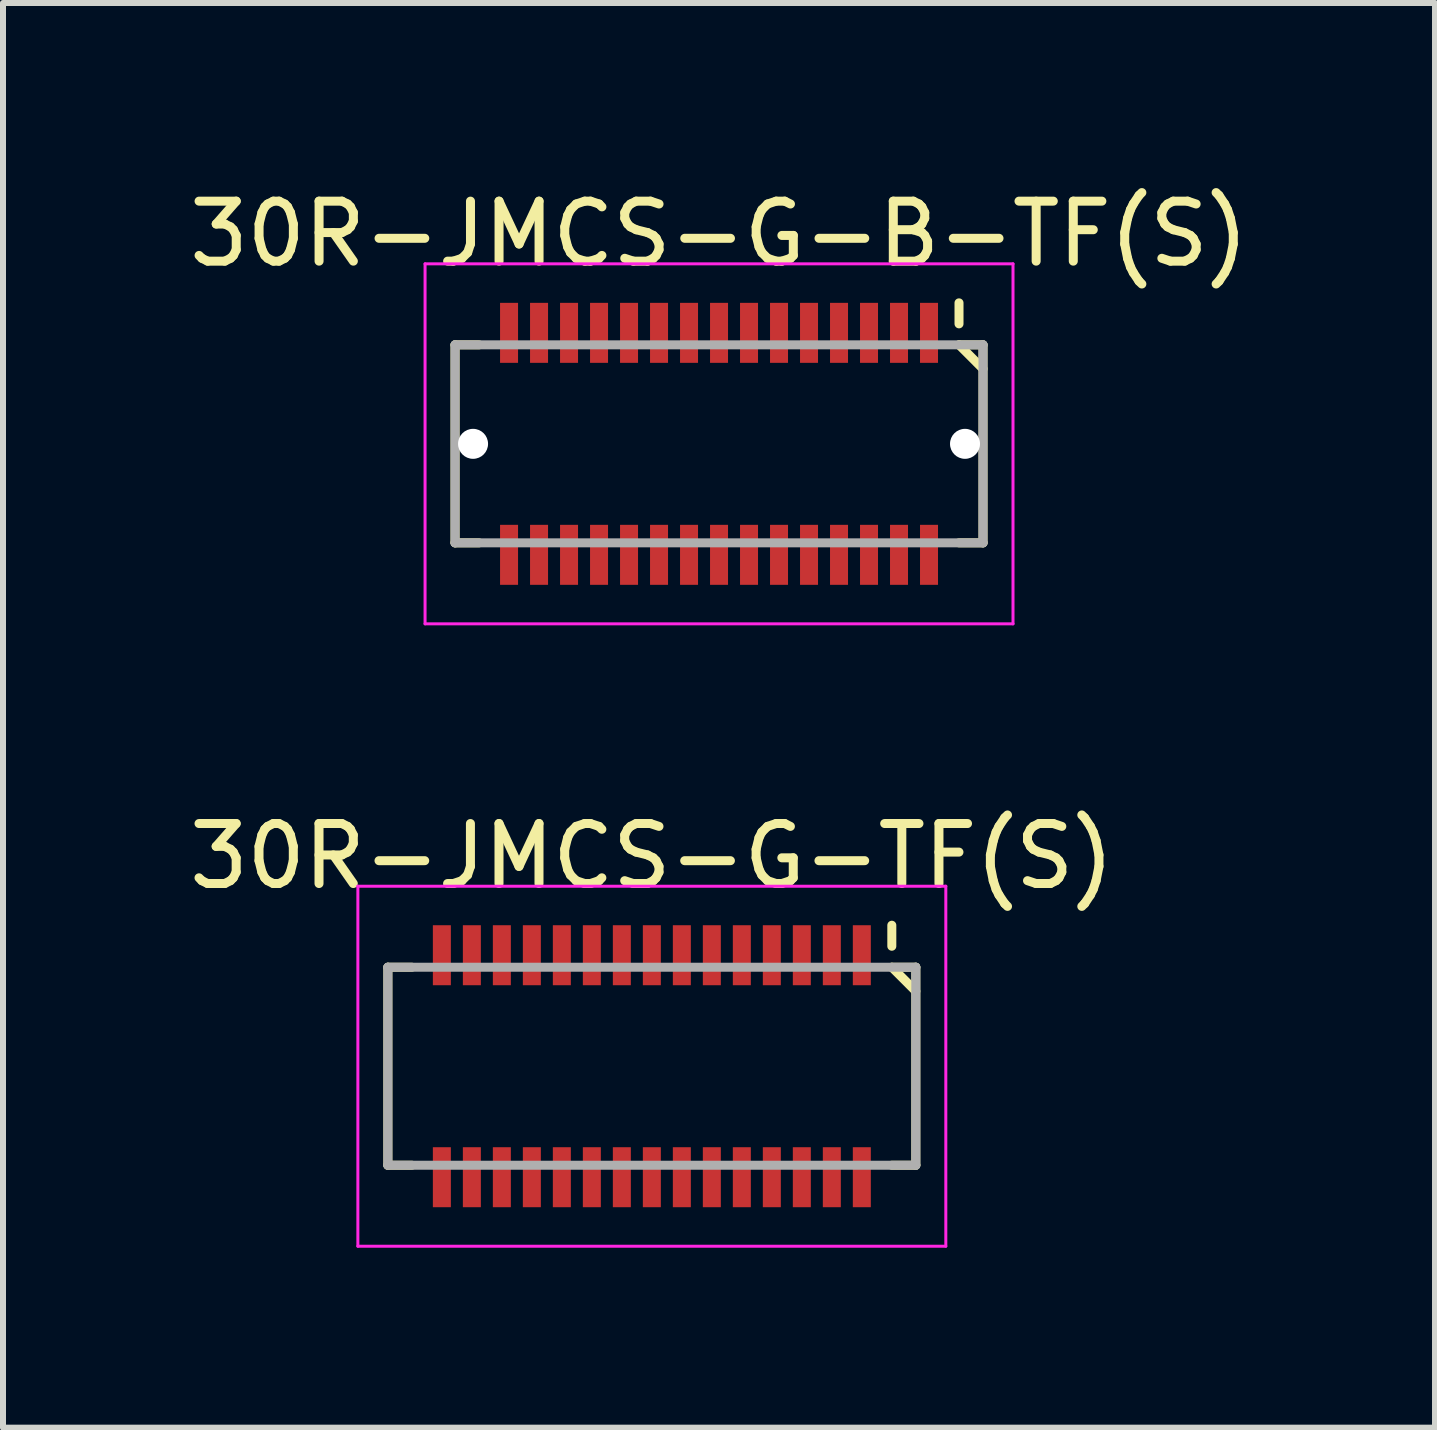
<source format=kicad_pcb>
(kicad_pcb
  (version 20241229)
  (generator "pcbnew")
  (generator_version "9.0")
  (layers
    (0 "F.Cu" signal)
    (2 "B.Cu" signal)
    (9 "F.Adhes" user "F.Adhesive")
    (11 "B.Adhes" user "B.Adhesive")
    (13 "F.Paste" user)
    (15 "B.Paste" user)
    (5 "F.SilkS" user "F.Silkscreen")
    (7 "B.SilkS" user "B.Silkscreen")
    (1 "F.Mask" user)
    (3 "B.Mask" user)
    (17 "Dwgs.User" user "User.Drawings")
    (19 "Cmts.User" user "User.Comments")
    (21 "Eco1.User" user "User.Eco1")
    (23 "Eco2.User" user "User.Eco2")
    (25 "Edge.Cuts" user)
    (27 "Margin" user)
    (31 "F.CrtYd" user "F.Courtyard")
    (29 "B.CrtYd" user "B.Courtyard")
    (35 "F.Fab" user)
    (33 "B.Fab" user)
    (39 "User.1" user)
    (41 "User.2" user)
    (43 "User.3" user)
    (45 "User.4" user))
  (footprint "30R-JMCS-G-TF(S)"
    (layer "F.Cu")
    (at 7.815 14.722)
    (property "Reference" "30R-JMCS-G-TF(S)" (at 0 -3.5 0) (layer "F.SilkS") (effects (font (size 1 1) (thickness 0.15))))
    (attr smd)
    (fp_line (start -4.4 -1.65) (end -4.4 1.65) (stroke (width 0.15) (type solid)) (layer "F.SilkS"))
    (fp_line (start -4.4 -1.65) (end -4 -1.65) (stroke (width 0.15) (type solid)) (layer "F.SilkS"))
    (fp_line (start -4.4 1.65) (end -4 1.65) (stroke (width 0.15) (type solid)) (layer "F.SilkS"))
    (fp_line (start 4 -2.35) (end 4 -2) (stroke (width 0.15) (type solid)) (layer "F.SilkS"))
    (fp_line (start 4 -1.65) (end 4.4 -1.65) (stroke (width 0.15) (type solid)) (layer "F.SilkS"))
    (fp_line (start 4 -1.65) (end 4.4 -1.25) (stroke (width 0.15) (type solid)) (layer "F.SilkS"))
    (fp_line (start 4 1.65) (end 4.4 1.65) (stroke (width 0.15) (type solid)) (layer "F.SilkS"))
    (fp_line (start 4.4 -1.65) (end 4.4 1.65) (stroke (width 0.15) (type solid)) (layer "F.SilkS"))
    (fp_line (start -4.9 -3) (end -4.9 3) (stroke (width 0.05) (type solid)) (layer "F.CrtYd"))
    (fp_line (start -4.9 -3) (end 4.9 -3) (stroke (width 0.05) (type solid)) (layer "F.CrtYd"))
    (fp_line (start -4.9 3) (end 4.9 3) (stroke (width 0.05) (type solid)) (layer "F.CrtYd"))
    (fp_line (start 4.9 -3) (end 4.9 3) (stroke (width 0.05) (type solid)) (layer "F.CrtYd"))
    (fp_line (start -4.4 -1.65) (end -4.4 1.65) (stroke (width 0.15) (type solid)) (layer "F.Fab"))
    (fp_line (start -4.4 -1.65) (end 4.4 -1.65) (stroke (width 0.15) (type solid)) (layer "F.Fab"))
    (fp_line (start -4.4 1.65) (end 4.4 1.65) (stroke (width 0.15) (type solid)) (layer "F.Fab"))
    (fp_line (start 4.4 -1.65) (end 4.4 1.65) (stroke (width 0.15) (type solid)) (layer "F.Fab"))
    (pad "1" smd rect (at 3.5 -1.85) (size 0.3 1) (layers "F.Cu" "F.Mask" "F.Paste"))
    (pad "2" smd rect (at 3.5 1.85) (size 0.3 1) (layers "F.Cu" "F.Mask" "F.Paste"))
    (pad "3" smd rect (at 3 -1.85) (size 0.3 1) (layers "F.Cu" "F.Mask" "F.Paste"))
    (pad "4" smd rect (at 3 1.85) (size 0.3 1) (layers "F.Cu" "F.Mask" "F.Paste"))
    (pad "5" smd rect (at 2.5 -1.85) (size 0.3 1) (layers "F.Cu" "F.Mask" "F.Paste"))
    (pad "6" smd rect (at 2.5 1.85) (size 0.3 1) (layers "F.Cu" "F.Mask" "F.Paste"))
    (pad "7" smd rect (at 2 -1.85) (size 0.3 1) (layers "F.Cu" "F.Mask" "F.Paste"))
    (pad "8" smd rect (at 2 1.85) (size 0.3 1) (layers "F.Cu" "F.Mask" "F.Paste"))
    (pad "9" smd rect (at 1.5 -1.85) (size 0.3 1) (layers "F.Cu" "F.Mask" "F.Paste"))
    (pad "10" smd rect (at 1.5 1.85) (size 0.3 1) (layers "F.Cu" "F.Mask" "F.Paste"))
    (pad "11" smd rect (at 1 -1.85) (size 0.3 1) (layers "F.Cu" "F.Mask" "F.Paste"))
    (pad "12" smd rect (at 1 1.85) (size 0.3 1) (layers "F.Cu" "F.Mask" "F.Paste"))
    (pad "13" smd rect (at 0.5 -1.85) (size 0.3 1) (layers "F.Cu" "F.Mask" "F.Paste"))
    (pad "14" smd rect (at 0.5 1.85) (size 0.3 1) (layers "F.Cu" "F.Mask" "F.Paste"))
    (pad "15" smd rect (at 0 -1.85) (size 0.3 1) (layers "F.Cu" "F.Mask" "F.Paste"))
    (pad "16" smd rect (at 0 1.85) (size 0.3 1) (layers "F.Cu" "F.Mask" "F.Paste"))
    (pad "17" smd rect (at -0.5 -1.85) (size 0.3 1) (layers "F.Cu" "F.Mask" "F.Paste"))
    (pad "18" smd rect (at -0.5 1.85) (size 0.3 1) (layers "F.Cu" "F.Mask" "F.Paste"))
    (pad "19" smd rect (at -1 -1.85) (size 0.3 1) (layers "F.Cu" "F.Mask" "F.Paste"))
    (pad "20" smd rect (at -1 1.85) (size 0.3 1) (layers "F.Cu" "F.Mask" "F.Paste"))
    (pad "21" smd rect (at -1.5 -1.85) (size 0.3 1) (layers "F.Cu" "F.Mask" "F.Paste"))
    (pad "22" smd rect (at -1.5 1.85) (size 0.3 1) (layers "F.Cu" "F.Mask" "F.Paste"))
    (pad "23" smd rect (at -2 -1.85) (size 0.3 1) (layers "F.Cu" "F.Mask" "F.Paste"))
    (pad "24" smd rect (at -2 1.85) (size 0.3 1) (layers "F.Cu" "F.Mask" "F.Paste"))
    (pad "25" smd rect (at -2.5 -1.85) (size 0.3 1) (layers "F.Cu" "F.Mask" "F.Paste"))
    (pad "26" smd rect (at -2.5 1.85) (size 0.3 1) (layers "F.Cu" "F.Mask" "F.Paste"))
    (pad "27" smd rect (at -3 -1.85) (size 0.3 1) (layers "F.Cu" "F.Mask" "F.Paste"))
    (pad "28" smd rect (at -3 1.85) (size 0.3 1) (layers "F.Cu" "F.Mask" "F.Paste"))
    (pad "29" smd rect (at -3.5 -1.85) (size 0.3 1) (layers "F.Cu" "F.Mask" "F.Paste"))
    (pad "30" smd rect (at -3.5 1.85) (size 0.3 1) (layers "F.Cu" "F.Mask" "F.Paste")))
  (footprint "30R-JMCS-G-B-TF(S)"
    (layer "F.Cu")
    (at 8.935 4.348)
    (property "Reference" "30R-JMCS-G-B-TF(S)" (at 0 -3.5 0) (layer "F.SilkS") (effects (font (size 1 1) (thickness 0.15))))
    (attr smd)
    (fp_line (start -4.4 -1.65) (end -4.4 1.65) (stroke (width 0.15) (type solid)) (layer "F.SilkS"))
    (fp_line (start -4.4 -1.65) (end -4 -1.65) (stroke (width 0.15) (type solid)) (layer "F.SilkS"))
    (fp_line (start -4.4 1.65) (end -4 1.65) (stroke (width 0.15) (type solid)) (layer "F.SilkS"))
    (fp_line (start 4 -2.35) (end 4 -2) (stroke (width 0.15) (type solid)) (layer "F.SilkS"))
    (fp_line (start 4 -1.65) (end 4.4 -1.65) (stroke (width 0.15) (type solid)) (layer "F.SilkS"))
    (fp_line (start 4 -1.65) (end 4.4 -1.25) (stroke (width 0.15) (type solid)) (layer "F.SilkS"))
    (fp_line (start 4 1.65) (end 4.4 1.65) (stroke (width 0.15) (type solid)) (layer "F.SilkS"))
    (fp_line (start 4.4 -1.65) (end 4.4 1.65) (stroke (width 0.15) (type solid)) (layer "F.SilkS"))
    (fp_line (start -4.9 -3) (end -4.9 3) (stroke (width 0.05) (type solid)) (layer "F.CrtYd"))
    (fp_line (start -4.9 -3) (end 4.9 -3) (stroke (width 0.05) (type solid)) (layer "F.CrtYd"))
    (fp_line (start -4.9 3) (end 4.9 3) (stroke (width 0.05) (type solid)) (layer "F.CrtYd"))
    (fp_line (start 4.9 -3) (end 4.9 3) (stroke (width 0.05) (type solid)) (layer "F.CrtYd"))
    (fp_line (start -4.4 -1.65) (end -4.4 1.65) (stroke (width 0.15) (type solid)) (layer "F.Fab"))
    (fp_line (start -4.4 -1.65) (end 4.4 -1.65) (stroke (width 0.15) (type solid)) (layer "F.Fab"))
    (fp_line (start -4.4 1.65) (end 4.4 1.65) (stroke (width 0.15) (type solid)) (layer "F.Fab"))
    (fp_line (start 4.4 -1.65) (end 4.4 1.65) (stroke (width 0.15) (type solid)) (layer "F.Fab"))
    (pad "" np_thru_hole circle (at -4.1 0) (size 0.5 0.5) (drill 0.5) (layers "*.Cu" "*.Mask"))
    (pad "" np_thru_hole circle (at 4.1 0) (size 0.5 0.5) (drill 0.5) (layers "*.Cu" "*.Mask"))
    (pad "1" smd rect (at 3.5 -1.85) (size 0.3 1) (layers "F.Cu" "F.Mask" "F.Paste"))
    (pad "2" smd rect (at 3.5 1.85) (size 0.3 1) (layers "F.Cu" "F.Mask" "F.Paste"))
    (pad "3" smd rect (at 3 -1.85) (size 0.3 1) (layers "F.Cu" "F.Mask" "F.Paste"))
    (pad "4" smd rect (at 3 1.85) (size 0.3 1) (layers "F.Cu" "F.Mask" "F.Paste"))
    (pad "5" smd rect (at 2.5 -1.85) (size 0.3 1) (layers "F.Cu" "F.Mask" "F.Paste"))
    (pad "6" smd rect (at 2.5 1.85) (size 0.3 1) (layers "F.Cu" "F.Mask" "F.Paste"))
    (pad "7" smd rect (at 2 -1.85) (size 0.3 1) (layers "F.Cu" "F.Mask" "F.Paste"))
    (pad "8" smd rect (at 2 1.85) (size 0.3 1) (layers "F.Cu" "F.Mask" "F.Paste"))
    (pad "9" smd rect (at 1.5 -1.85) (size 0.3 1) (layers "F.Cu" "F.Mask" "F.Paste"))
    (pad "10" smd rect (at 1.5 1.85) (size 0.3 1) (layers "F.Cu" "F.Mask" "F.Paste"))
    (pad "11" smd rect (at 1 -1.85) (size 0.3 1) (layers "F.Cu" "F.Mask" "F.Paste"))
    (pad "12" smd rect (at 1 1.85) (size 0.3 1) (layers "F.Cu" "F.Mask" "F.Paste"))
    (pad "13" smd rect (at 0.5 -1.85) (size 0.3 1) (layers "F.Cu" "F.Mask" "F.Paste"))
    (pad "14" smd rect (at 0.5 1.85) (size 0.3 1) (layers "F.Cu" "F.Mask" "F.Paste"))
    (pad "15" smd rect (at 0 -1.85) (size 0.3 1) (layers "F.Cu" "F.Mask" "F.Paste"))
    (pad "16" smd rect (at 0 1.85) (size 0.3 1) (layers "F.Cu" "F.Mask" "F.Paste"))
    (pad "17" smd rect (at -0.5 -1.85) (size 0.3 1) (layers "F.Cu" "F.Mask" "F.Paste"))
    (pad "18" smd rect (at -0.5 1.85) (size 0.3 1) (layers "F.Cu" "F.Mask" "F.Paste"))
    (pad "19" smd rect (at -1 -1.85) (size 0.3 1) (layers "F.Cu" "F.Mask" "F.Paste"))
    (pad "20" smd rect (at -1 1.85) (size 0.3 1) (layers "F.Cu" "F.Mask" "F.Paste"))
    (pad "21" smd rect (at -1.5 -1.85) (size 0.3 1) (layers "F.Cu" "F.Mask" "F.Paste"))
    (pad "22" smd rect (at -1.5 1.85) (size 0.3 1) (layers "F.Cu" "F.Mask" "F.Paste"))
    (pad "23" smd rect (at -2 -1.85) (size 0.3 1) (layers "F.Cu" "F.Mask" "F.Paste"))
    (pad "24" smd rect (at -2 1.85) (size 0.3 1) (layers "F.Cu" "F.Mask" "F.Paste"))
    (pad "25" smd rect (at -2.5 -1.85) (size 0.3 1) (layers "F.Cu" "F.Mask" "F.Paste"))
    (pad "26" smd rect (at -2.5 1.85) (size 0.3 1) (layers "F.Cu" "F.Mask" "F.Paste"))
    (pad "27" smd rect (at -3 -1.85) (size 0.3 1) (layers "F.Cu" "F.Mask" "F.Paste"))
    (pad "28" smd rect (at -3 1.85) (size 0.3 1) (layers "F.Cu" "F.Mask" "F.Paste"))
    (pad "29" smd rect (at -3.5 -1.85) (size 0.3 1) (layers "F.Cu" "F.Mask" "F.Paste"))
    (pad "30" smd rect (at -3.5 1.85) (size 0.3 1) (layers "F.Cu" "F.Mask" "F.Paste")))
  (gr_rect
    (start -3 -3)
    (end 20.869 20.747)
    (stroke (width 0.1) (type default))
    (fill no)
    (layer "Edge.Cuts")))
</source>
